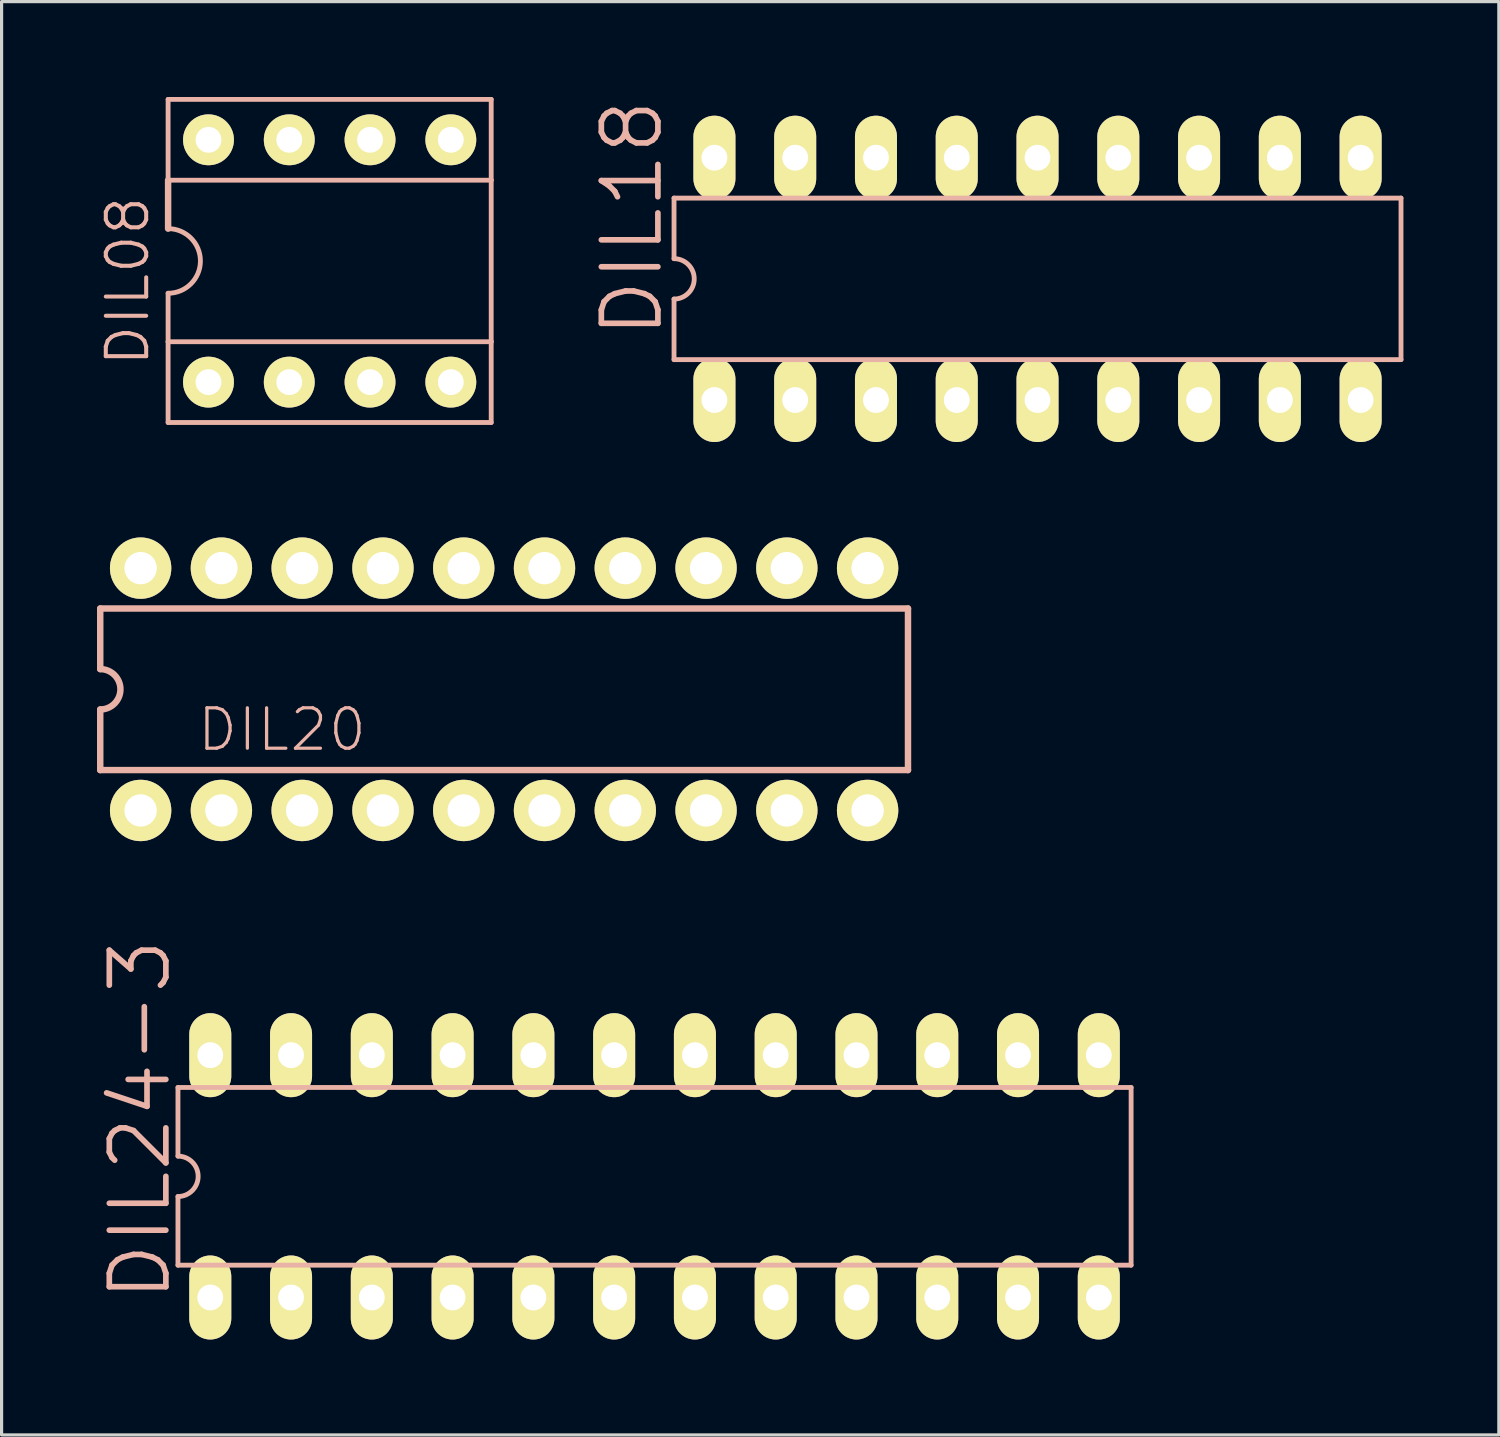
<source format=kicad_pcb>
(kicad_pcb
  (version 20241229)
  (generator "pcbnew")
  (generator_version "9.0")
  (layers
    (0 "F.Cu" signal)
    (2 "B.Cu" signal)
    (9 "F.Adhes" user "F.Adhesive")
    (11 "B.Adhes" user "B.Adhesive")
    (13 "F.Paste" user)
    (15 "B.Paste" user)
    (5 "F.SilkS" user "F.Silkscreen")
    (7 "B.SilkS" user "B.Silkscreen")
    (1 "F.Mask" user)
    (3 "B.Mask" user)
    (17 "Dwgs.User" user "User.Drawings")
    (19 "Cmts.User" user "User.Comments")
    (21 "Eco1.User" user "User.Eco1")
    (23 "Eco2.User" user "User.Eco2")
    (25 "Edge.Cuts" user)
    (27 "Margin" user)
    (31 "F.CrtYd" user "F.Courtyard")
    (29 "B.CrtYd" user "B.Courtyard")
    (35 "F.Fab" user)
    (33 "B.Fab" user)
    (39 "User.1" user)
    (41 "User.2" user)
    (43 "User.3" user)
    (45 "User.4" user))
  (footprint "DIL24-3"
    (layer "F.Cu")
    (at 17.532 33.94)
    (property "Reference" "DIL24-3" (at -16.18 -1.778 90) (layer "B.SilkS") (effects (font (size 1.778 1.778) (thickness 0.178))))
    (attr exclude_from_pos_files exclude_from_bom)
    (fp_line (start -14.986 -2.794) (end -14.986 -0.635) (stroke (width 0.152) (type solid)) (layer "B.SilkS"))
    (fp_line (start -14.986 -2.794) (end 14.986 -2.794) (stroke (width 0.152) (type solid)) (layer "B.SilkS"))
    (fp_line (start -14.986 0.635) (end -14.986 2.794) (stroke (width 0.152) (type solid)) (layer "B.SilkS"))
    (fp_line (start -14.986 2.794) (end 14.986 2.794) (stroke (width 0.152) (type solid)) (layer "B.SilkS"))
    (fp_line (start 14.986 2.794) (end 14.986 -2.794) (stroke (width 0.152) (type solid)) (layer "B.SilkS"))
    (fp_arc (start -14.986 -0.635) (mid -14.351 0) (end -14.986 0.635) (stroke (width 0.1524) (type solid)) (layer "B.SilkS"))
    (pad "1" thru_hole oval (at -13.97 3.81 180) (size 1.321 2.642) (drill 0.813) (layers "*.Cu" "F.Mask" "F.SilkS" "F.Paste"))
    (pad "2" thru_hole oval (at -11.43 3.81 180) (size 1.321 2.642) (drill 0.813) (layers "*.Cu" "F.Mask" "F.SilkS" "F.Paste"))
    (pad "3" thru_hole oval (at -8.89 3.81 180) (size 1.321 2.642) (drill 0.813) (layers "*.Cu" "F.Mask" "F.SilkS" "F.Paste"))
    (pad "4" thru_hole oval (at -6.35 3.81 180) (size 1.321 2.642) (drill 0.813) (layers "*.Cu" "F.Mask" "F.SilkS" "F.Paste"))
    (pad "5" thru_hole oval (at -3.81 3.81 180) (size 1.321 2.642) (drill 0.813) (layers "*.Cu" "F.Mask" "F.SilkS" "F.Paste"))
    (pad "6" thru_hole oval (at -1.27 3.81 180) (size 1.321 2.642) (drill 0.813) (layers "*.Cu" "F.Mask" "F.SilkS" "F.Paste"))
    (pad "7" thru_hole oval (at 1.27 3.81 180) (size 1.321 2.642) (drill 0.813) (layers "*.Cu" "F.Mask" "F.SilkS" "F.Paste"))
    (pad "8" thru_hole oval (at 3.81 3.81 180) (size 1.321 2.642) (drill 0.813) (layers "*.Cu" "F.Mask" "F.SilkS" "F.Paste"))
    (pad "9" thru_hole oval (at 6.35 3.81 180) (size 1.321 2.642) (drill 0.813) (layers "*.Cu" "F.Mask" "F.SilkS" "F.Paste"))
    (pad "10" thru_hole oval (at 8.89 3.81 180) (size 1.321 2.642) (drill 0.813) (layers "*.Cu" "F.Mask" "F.SilkS" "F.Paste"))
    (pad "11" thru_hole oval (at 11.43 3.81 180) (size 1.321 2.642) (drill 0.813) (layers "*.Cu" "F.Mask" "F.SilkS" "F.Paste"))
    (pad "12" thru_hole oval (at 13.97 3.81 180) (size 1.321 2.642) (drill 0.813) (layers "*.Cu" "F.Mask" "F.SilkS" "F.Paste"))
    (pad "13" thru_hole oval (at 13.97 -3.81 180) (size 1.321 2.642) (drill 0.813) (layers "*.Cu" "F.Mask" "F.SilkS" "F.Paste"))
    (pad "14" thru_hole oval (at 11.43 -3.81 180) (size 1.321 2.642) (drill 0.813) (layers "*.Cu" "F.Mask" "F.SilkS" "F.Paste"))
    (pad "15" thru_hole oval (at 8.89 -3.81 180) (size 1.321 2.642) (drill 0.813) (layers "*.Cu" "F.Mask" "F.SilkS" "F.Paste"))
    (pad "16" thru_hole oval (at 6.35 -3.81 180) (size 1.321 2.642) (drill 0.813) (layers "*.Cu" "F.Mask" "F.SilkS" "F.Paste"))
    (pad "17" thru_hole oval (at 3.81 -3.81 180) (size 1.321 2.642) (drill 0.813) (layers "*.Cu" "F.Mask" "F.SilkS" "F.Paste"))
    (pad "18" thru_hole oval (at 1.27 -3.81 180) (size 1.321 2.642) (drill 0.813) (layers "*.Cu" "F.Mask" "F.SilkS" "F.Paste"))
    (pad "19" thru_hole oval (at -1.27 -3.81 180) (size 1.321 2.642) (drill 0.813) (layers "*.Cu" "F.Mask" "F.SilkS" "F.Paste"))
    (pad "20" thru_hole oval (at -3.81 -3.81 180) (size 1.321 2.642) (drill 0.813) (layers "*.Cu" "F.Mask" "F.SilkS" "F.Paste"))
    (pad "21" thru_hole oval (at -6.35 -3.81 180) (size 1.321 2.642) (drill 0.813) (layers "*.Cu" "F.Mask" "F.SilkS" "F.Paste"))
    (pad "22" thru_hole oval (at -8.89 -3.81 180) (size 1.321 2.642) (drill 0.813) (layers "*.Cu" "F.Mask" "F.SilkS" "F.Paste"))
    (pad "23" thru_hole oval (at -11.43 -3.81 180) (size 1.321 2.642) (drill 0.813) (layers "*.Cu" "F.Mask" "F.SilkS" "F.Paste"))
    (pad "24" thru_hole oval (at -13.97 -3.81 180) (size 1.321 2.642) (drill 0.813) (layers "*.Cu" "F.Mask" "F.SilkS" "F.Paste")))
  (footprint "DIL20"
    (layer "F.Cu")
    (at 12.802 18.625)
    (property "Reference" "DIL20" (at -6.985 1.27 0) (layer "B.SilkS") (effects (font (size 1.27 1.27) (thickness 0.102))))
    (attr exclude_from_pos_files exclude_from_bom)
    (fp_line (start -12.7 -2.54) (end -12.7 -0.635) (stroke (width 0.203) (type solid)) (layer "B.SilkS"))
    (fp_line (start -12.7 2.54) (end -12.7 0.635) (stroke (width 0.203) (type solid)) (layer "B.SilkS"))
    (fp_line (start -12.7 2.54) (end 12.7 2.54) (stroke (width 0.203) (type solid)) (layer "B.SilkS"))
    (fp_line (start 12.7 -2.54) (end -12.7 -2.54) (stroke (width 0.203) (type solid)) (layer "B.SilkS"))
    (fp_line (start 12.7 2.54) (end 12.7 -2.54) (stroke (width 0.203) (type solid)) (layer "B.SilkS"))
    (fp_arc (start -12.7 -0.635) (mid -12.065 0) (end -12.7 0.635) (stroke (width 0.2032) (type solid)) (layer "B.SilkS"))
    (pad "1" thru_hole circle (at -11.43 3.81) (size 1.93 1.93) (drill 1.016) (layers "*.Cu" "F.Mask" "F.SilkS" "F.Paste"))
    (pad "2" thru_hole circle (at -8.89 3.81) (size 1.93 1.93) (drill 1.016) (layers "*.Cu" "F.Mask" "F.SilkS" "F.Paste"))
    (pad "3" thru_hole circle (at -6.35 3.81) (size 1.93 1.93) (drill 1.016) (layers "*.Cu" "F.Mask" "F.SilkS" "F.Paste"))
    (pad "4" thru_hole circle (at -3.81 3.81) (size 1.93 1.93) (drill 1.016) (layers "*.Cu" "F.Mask" "F.SilkS" "F.Paste"))
    (pad "5" thru_hole circle (at -1.27 3.81) (size 1.93 1.93) (drill 1.016) (layers "*.Cu" "F.Mask" "F.SilkS" "F.Paste"))
    (pad "6" thru_hole circle (at 1.27 3.81) (size 1.93 1.93) (drill 1.016) (layers "*.Cu" "F.Mask" "F.SilkS" "F.Paste"))
    (pad "7" thru_hole circle (at 3.81 3.81) (size 1.93 1.93) (drill 1.016) (layers "*.Cu" "F.Mask" "F.SilkS" "F.Paste"))
    (pad "8" thru_hole circle (at 6.35 3.81) (size 1.93 1.93) (drill 1.016) (layers "*.Cu" "F.Mask" "F.SilkS" "F.Paste"))
    (pad "9" thru_hole circle (at 8.89 3.81) (size 1.93 1.93) (drill 1.016) (layers "*.Cu" "F.Mask" "F.SilkS" "F.Paste"))
    (pad "10" thru_hole circle (at 11.43 3.81) (size 1.93 1.93) (drill 1.016) (layers "*.Cu" "F.Mask" "F.SilkS" "F.Paste"))
    (pad "11" thru_hole circle (at 11.43 -3.81) (size 1.93 1.93) (drill 1.016) (layers "*.Cu" "F.Mask" "F.SilkS" "F.Paste"))
    (pad "12" thru_hole circle (at 8.89 -3.81) (size 1.93 1.93) (drill 1.016) (layers "*.Cu" "F.Mask" "F.SilkS" "F.Paste"))
    (pad "13" thru_hole circle (at 6.35 -3.81) (size 1.93 1.93) (drill 1.016) (layers "*.Cu" "F.Mask" "F.SilkS" "F.Paste"))
    (pad "14" thru_hole circle (at 3.81 -3.81) (size 1.93 1.93) (drill 1.016) (layers "*.Cu" "F.Mask" "F.SilkS" "F.Paste"))
    (pad "15" thru_hole circle (at 1.27 -3.81) (size 1.93 1.93) (drill 1.016) (layers "*.Cu" "F.Mask" "F.SilkS" "F.Paste"))
    (pad "16" thru_hole circle (at -1.27 -3.81) (size 1.93 1.93) (drill 1.016) (layers "*.Cu" "F.Mask" "F.SilkS" "F.Paste"))
    (pad "17" thru_hole circle (at -3.81 -3.81) (size 1.93 1.93) (drill 1.016) (layers "*.Cu" "F.Mask" "F.SilkS" "F.Paste"))
    (pad "18" thru_hole circle (at -6.35 -3.81) (size 1.93 1.93) (drill 1.016) (layers "*.Cu" "F.Mask" "F.SilkS" "F.Paste"))
    (pad "19" thru_hole circle (at -8.89 -3.81) (size 1.93 1.93) (drill 1.016) (layers "*.Cu" "F.Mask" "F.SilkS" "F.Paste"))
    (pad "20" thru_hole circle (at -11.43 -3.81) (size 1.93 1.93) (drill 1.016) (layers "*.Cu" "F.Mask" "F.SilkS" "F.Paste")))
  (footprint "DIL18"
    (layer "F.Cu")
    (at 29.575 5.719)
    (property "Reference" "DIL18" (at -12.751 -1.905 90) (layer "B.SilkS") (effects (font (size 1.778 1.778) (thickness 0.178))))
    (attr exclude_from_pos_files exclude_from_bom)
    (fp_line (start -11.43 -2.54) (end -11.43 -0.635) (stroke (width 0.152) (type solid)) (layer "B.SilkS"))
    (fp_line (start -11.43 -2.54) (end 11.43 -2.54) (stroke (width 0.152) (type solid)) (layer "B.SilkS"))
    (fp_line (start -11.43 0.635) (end -11.43 2.54) (stroke (width 0.152) (type solid)) (layer "B.SilkS"))
    (fp_line (start 11.43 2.54) (end -11.43 2.54) (stroke (width 0.152) (type solid)) (layer "B.SilkS"))
    (fp_line (start 11.43 2.54) (end 11.43 -2.54) (stroke (width 0.152) (type solid)) (layer "B.SilkS"))
    (fp_arc (start -11.43 -0.635) (mid -10.795 0) (end -11.43 0.635) (stroke (width 0.1524) (type solid)) (layer "B.SilkS"))
    (pad "1" thru_hole oval (at -10.16 3.81 180) (size 1.321 2.642) (drill 0.813) (layers "*.Cu" "F.Mask" "F.SilkS" "F.Paste"))
    (pad "2" thru_hole oval (at -7.62 3.81 180) (size 1.321 2.642) (drill 0.813) (layers "*.Cu" "F.Mask" "F.SilkS" "F.Paste"))
    (pad "3" thru_hole oval (at -5.08 3.81 180) (size 1.321 2.642) (drill 0.813) (layers "*.Cu" "F.Mask" "F.SilkS" "F.Paste"))
    (pad "4" thru_hole oval (at -2.54 3.81 180) (size 1.321 2.642) (drill 0.813) (layers "*.Cu" "F.Mask" "F.SilkS" "F.Paste"))
    (pad "5" thru_hole oval (at 0 3.81 180) (size 1.321 2.642) (drill 0.813) (layers "*.Cu" "F.Mask" "F.SilkS" "F.Paste"))
    (pad "6" thru_hole oval (at 2.54 3.81 180) (size 1.321 2.642) (drill 0.813) (layers "*.Cu" "F.Mask" "F.SilkS" "F.Paste"))
    (pad "7" thru_hole oval (at 5.08 3.81 180) (size 1.321 2.642) (drill 0.813) (layers "*.Cu" "F.Mask" "F.SilkS" "F.Paste"))
    (pad "8" thru_hole oval (at 7.62 3.81 180) (size 1.321 2.642) (drill 0.813) (layers "*.Cu" "F.Mask" "F.SilkS" "F.Paste"))
    (pad "9" thru_hole oval (at 10.16 3.81 180) (size 1.321 2.642) (drill 0.813) (layers "*.Cu" "F.Mask" "F.SilkS" "F.Paste"))
    (pad "10" thru_hole oval (at 10.16 -3.81 180) (size 1.321 2.642) (drill 0.813) (layers "*.Cu" "F.Mask" "F.SilkS" "F.Paste"))
    (pad "11" thru_hole oval (at 7.62 -3.81 180) (size 1.321 2.642) (drill 0.813) (layers "*.Cu" "F.Mask" "F.SilkS" "F.Paste"))
    (pad "12" thru_hole oval (at 5.08 -3.81 180) (size 1.321 2.642) (drill 0.813) (layers "*.Cu" "F.Mask" "F.SilkS" "F.Paste"))
    (pad "13" thru_hole oval (at 2.54 -3.81 180) (size 1.321 2.642) (drill 0.813) (layers "*.Cu" "F.Mask" "F.SilkS" "F.Paste"))
    (pad "14" thru_hole oval (at 0 -3.81 180) (size 1.321 2.642) (drill 0.813) (layers "*.Cu" "F.Mask" "F.SilkS" "F.Paste"))
    (pad "15" thru_hole oval (at -2.54 -3.81 180) (size 1.321 2.642) (drill 0.813) (layers "*.Cu" "F.Mask" "F.SilkS" "F.Paste"))
    (pad "16" thru_hole oval (at -5.08 -3.81 180) (size 1.321 2.642) (drill 0.813) (layers "*.Cu" "F.Mask" "F.SilkS" "F.Paste"))
    (pad "17" thru_hole oval (at -7.62 -3.81 180) (size 1.321 2.642) (drill 0.813) (layers "*.Cu" "F.Mask" "F.SilkS" "F.Paste"))
    (pad "18" thru_hole oval (at -10.16 -3.81 180) (size 1.321 2.642) (drill 0.813) (layers "*.Cu" "F.Mask" "F.SilkS" "F.Paste")))
  (footprint "DIL08"
    (layer "F.Cu")
    (at 7.316 5.156)
    (property "Reference" "DIL08" (at -6.35 0.635 90) (layer "B.SilkS") (effects (font (size 1.27 1.27) (thickness 0.127))))
    (attr exclude_from_pos_files exclude_from_bom)
    (fp_line (start -5.08 -5.08) (end -5.08 -2.54) (stroke (width 0.152) (type solid)) (layer "B.SilkS"))
    (fp_line (start -5.08 -2.54) (end -5.08 -1.016) (stroke (width 0.203) (type solid)) (layer "B.SilkS"))
    (fp_line (start -5.08 -2.54) (end 5.08 -2.54) (stroke (width 0.152) (type solid)) (layer "B.SilkS"))
    (fp_line (start -5.08 2.54) (end -5.08 1.016) (stroke (width 0.152) (type solid)) (layer "B.SilkS"))
    (fp_line (start -5.08 2.54) (end 5.08 2.54) (stroke (width 0.152) (type solid)) (layer "B.SilkS"))
    (fp_line (start -5.08 5.08) (end -5.08 2.54) (stroke (width 0.152) (type solid)) (layer "B.SilkS"))
    (fp_line (start -5.08 5.08) (end 5.08 5.08) (stroke (width 0.152) (type solid)) (layer "B.SilkS"))
    (fp_line (start 5.08 -5.08) (end -5.08 -5.08) (stroke (width 0.152) (type solid)) (layer "B.SilkS"))
    (fp_line (start 5.08 -5.08) (end 5.08 -2.54) (stroke (width 0.152) (type solid)) (layer "B.SilkS"))
    (fp_line (start 5.08 -2.54) (end 5.08 2.54) (stroke (width 0.152) (type solid)) (layer "B.SilkS"))
    (fp_line (start 5.08 2.54) (end 5.08 5.08) (stroke (width 0.152) (type solid)) (layer "B.SilkS"))
    (fp_arc (start -5.08 -1.016) (mid -4.064 0) (end -5.08 1.016) (stroke (width 0.1524) (type solid)) (layer "B.SilkS"))
    (pad "1" thru_hole circle (at -3.81 3.81) (size 1.6 1.6) (drill 0.813) (layers "*.Cu" "F.Mask" "F.SilkS" "F.Paste"))
    (pad "2" thru_hole circle (at -1.27 3.81) (size 1.6 1.6) (drill 0.813) (layers "*.Cu" "F.Mask" "F.SilkS" "F.Paste"))
    (pad "3" thru_hole circle (at 1.27 3.81) (size 1.6 1.6) (drill 0.813) (layers "*.Cu" "F.Mask" "F.SilkS" "F.Paste"))
    (pad "4" thru_hole circle (at 3.81 3.81) (size 1.6 1.6) (drill 0.813) (layers "*.Cu" "F.Mask" "F.SilkS" "F.Paste"))
    (pad "5" thru_hole circle (at 3.81 -3.81) (size 1.6 1.6) (drill 0.813) (layers "*.Cu" "F.Mask" "F.SilkS" "F.Paste"))
    (pad "6" thru_hole circle (at 1.27 -3.81) (size 1.6 1.6) (drill 0.813) (layers "*.Cu" "F.Mask" "F.SilkS" "F.Paste"))
    (pad "7" thru_hole circle (at -1.27 -3.81) (size 1.6 1.6) (drill 0.813) (layers "*.Cu" "F.Mask" "F.SilkS" "F.Paste"))
    (pad "8" thru_hole circle (at -3.81 -3.81) (size 1.6 1.6) (drill 0.813) (layers "*.Cu" "F.Mask" "F.SilkS" "F.Paste")))
  (gr_rect
    (start -3 -3)
    (end 44.081 42.071)
    (stroke (width 0.1) (type default))
    (fill no)
    (layer "Edge.Cuts")))
</source>
